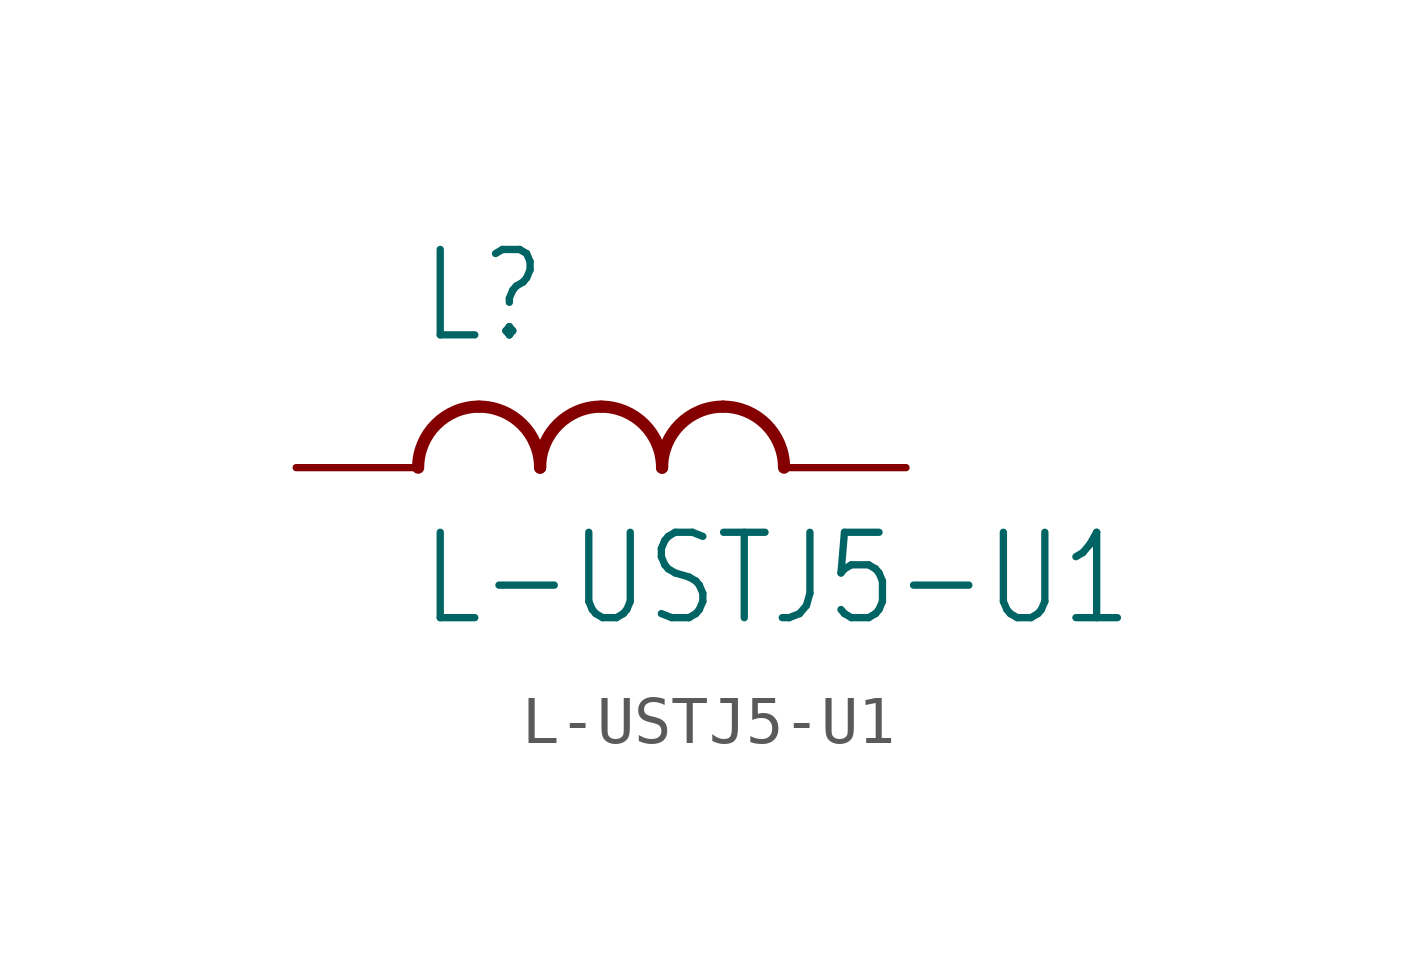
<source format=kicad_sym>
(kicad_symbol_lib
  (version 20211014)
  (generator kicad_symbol_editor)
  (symbol "L-USTJ5-U1"
    (property "Reference" "L"
      (at -5.08 2.54 0)
      (effects (font (size 1.778 1.511)) (justify left bottom)))
    (property "Value" "L-USTJ5-U1"
      (at -5.08 -1.27 0)
      (effects (font (size 1.778 1.511)) (justify left top)))
    (property "ki_locked" ""
      (at 0 0 0)
      (effects (font (size 1.27 1.27))))
    (symbol "L-USTJ5-U1_1_0"
      (arc (start -3.81 1.27) (mid -4.708 0.898) (end -5.08 0) (stroke (width 0.254) (type default) (color 0 0 0 0)) (fill (type none)))
      (arc (start -2.54 0) (mid -2.912 0.898) (end -3.81 1.27) (stroke (width 0.254) (type default) (color 0 0 0 0)) (fill (type none)))
      (arc (start -1.27 1.27) (mid -2.168 0.898) (end -2.54 0) (stroke (width 0.254) (type default) (color 0 0 0 0)) (fill (type none)))
      (arc (start 0 0) (mid -0.372 0.898) (end -1.27 1.27) (stroke (width 0.254) (type default) (color 0 0 0 0)) (fill (type none)))
      (arc (start 1.27 1.27) (mid 0.372 0.898) (end 0 0) (stroke (width 0.254) (type default) (color 0 0 0 0)) (fill (type none)))
      (arc (start 2.54 0) (mid 2.168 0.898) (end 1.27 1.27) (stroke (width 0.254) (type default) (color 0 0 0 0)) (fill (type none)))
      (pin passive line (at -7.62 0 0) (length 2.54) (name "1" (effects (font (size 0 0)))) (number "1" (effects (font (size 0 0)))))
      (pin passive line (at 5.08 0 180) (length 2.54) (name "2" (effects (font (size 0 0)))) (number "2" (effects (font (size 0 0))))))))
</source>
